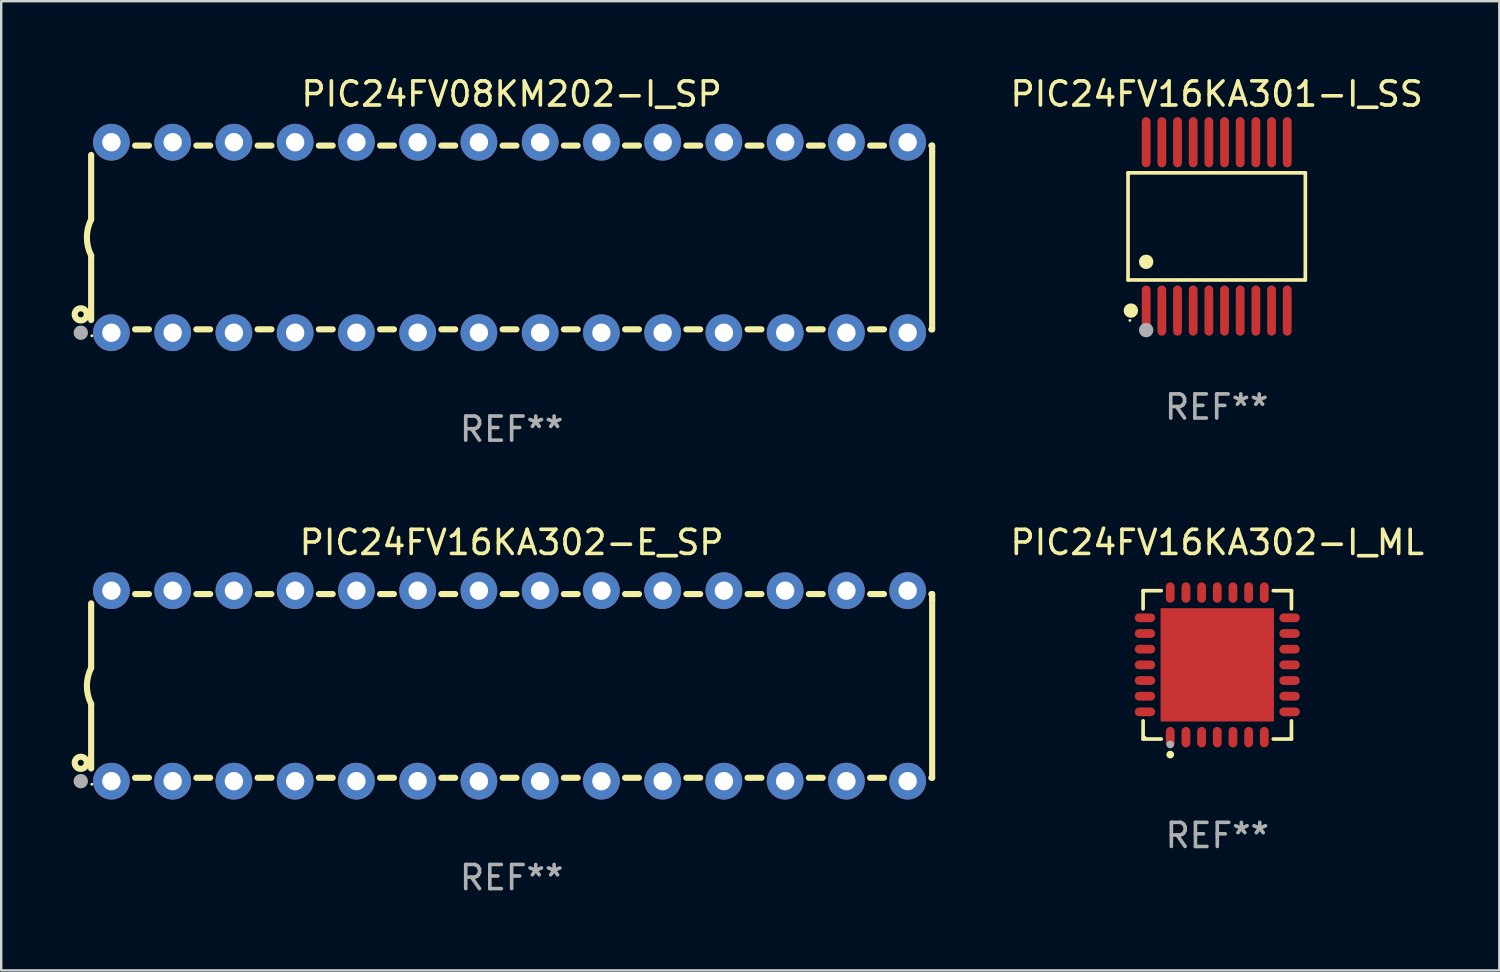
<source format=kicad_pcb>
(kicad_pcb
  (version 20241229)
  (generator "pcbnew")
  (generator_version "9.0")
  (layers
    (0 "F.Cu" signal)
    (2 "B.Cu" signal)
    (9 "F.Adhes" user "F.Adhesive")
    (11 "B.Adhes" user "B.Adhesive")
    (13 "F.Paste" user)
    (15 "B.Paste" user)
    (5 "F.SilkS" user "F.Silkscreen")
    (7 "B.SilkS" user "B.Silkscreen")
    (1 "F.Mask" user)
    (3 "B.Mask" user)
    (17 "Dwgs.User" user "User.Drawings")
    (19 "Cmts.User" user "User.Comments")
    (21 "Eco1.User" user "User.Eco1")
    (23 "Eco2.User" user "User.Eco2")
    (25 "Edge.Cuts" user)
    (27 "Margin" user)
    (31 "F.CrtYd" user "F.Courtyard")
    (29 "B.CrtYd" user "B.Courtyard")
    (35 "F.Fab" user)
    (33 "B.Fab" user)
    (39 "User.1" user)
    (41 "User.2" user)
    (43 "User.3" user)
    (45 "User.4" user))
  (footprint "PIC24FV16KA301-I_SS"
    (layer "F.Cu")
    (at 47.406 6.339)
    (property "Reference" "PIC24FV16KA301-I_SS" (at 0 -5.491 0) (layer "F.SilkS") (effects (font (size 1 1) (thickness 0.15))))
    (attr through_hole)
    (fp_line (start -3.676 -2.221) (end 3.676 -2.221) (stroke (width 0.152) (type solid)) (layer "F.SilkS"))
    (fp_line (start -3.676 2.221) (end -3.676 -2.221) (stroke (width 0.152) (type solid)) (layer "F.SilkS"))
    (fp_line (start 3.676 -2.221) (end 3.676 2.221) (stroke (width 0.152) (type solid)) (layer "F.SilkS"))
    (fp_line (start 3.676 2.221) (end -3.676 2.221) (stroke (width 0.152) (type solid)) (layer "F.SilkS"))
    (fp_circle (center -3.6 3.9) (end -3.57 3.9) (stroke (width 0.06) (type solid)) (fill no) (layer "F.SilkS"))
    (fp_circle (center -3.559 3.491) (end -3.409 3.491) (stroke (width 0.3) (type solid)) (fill no) (layer "F.SilkS"))
    (fp_circle (center -2.925 1.469) (end -2.775 1.469) (stroke (width 0.3) (type solid)) (fill no) (layer "F.SilkS"))
    (fp_circle (center -2.925 4.3) (end -2.775 4.3) (stroke (width 0.3) (type solid)) (fill no) (layer "F.Fab"))
    (fp_text user "REF**" (at 0 7.491 0) (layer "F.Fab") (effects (font (size 1 1) (thickness 0.15))))
    (pad "1" smd oval (at -2.925 3.491) (size 0.364 2.082) (layers "F.Cu" "F.Mask" "F.Paste"))
    (pad "2" smd oval (at -2.275 3.491) (size 0.364 2.082) (layers "F.Cu" "F.Mask" "F.Paste"))
    (pad "3" smd oval (at -1.625 3.491) (size 0.364 2.082) (layers "F.Cu" "F.Mask" "F.Paste"))
    (pad "4" smd oval (at -0.975 3.491) (size 0.364 2.082) (layers "F.Cu" "F.Mask" "F.Paste"))
    (pad "5" smd oval (at -0.325 3.491) (size 0.364 2.082) (layers "F.Cu" "F.Mask" "F.Paste"))
    (pad "6" smd oval (at 0.325 3.491) (size 0.364 2.082) (layers "F.Cu" "F.Mask" "F.Paste"))
    (pad "7" smd oval (at 0.975 3.491) (size 0.364 2.082) (layers "F.Cu" "F.Mask" "F.Paste"))
    (pad "8" smd oval (at 1.625 3.491) (size 0.364 2.082) (layers "F.Cu" "F.Mask" "F.Paste"))
    (pad "9" smd oval (at 2.275 3.491) (size 0.364 2.082) (layers "F.Cu" "F.Mask" "F.Paste"))
    (pad "10" smd oval (at 2.925 3.491) (size 0.364 2.082) (layers "F.Cu" "F.Mask" "F.Paste"))
    (pad "11" smd oval (at 2.925 -3.491) (size 0.364 2.082) (layers "F.Cu" "F.Mask" "F.Paste"))
    (pad "12" smd oval (at 2.275 -3.491) (size 0.364 2.082) (layers "F.Cu" "F.Mask" "F.Paste"))
    (pad "13" smd oval (at 1.625 -3.491) (size 0.364 2.082) (layers "F.Cu" "F.Mask" "F.Paste"))
    (pad "14" smd oval (at 0.975 -3.491) (size 0.364 2.082) (layers "F.Cu" "F.Mask" "F.Paste"))
    (pad "15" smd oval (at 0.325 -3.491) (size 0.364 2.082) (layers "F.Cu" "F.Mask" "F.Paste"))
    (pad "16" smd oval (at -0.325 -3.491) (size 0.364 2.082) (layers "F.Cu" "F.Mask" "F.Paste"))
    (pad "17" smd oval (at -0.975 -3.491) (size 0.364 2.082) (layers "F.Cu" "F.Mask" "F.Paste"))
    (pad "18" smd oval (at -1.625 -3.491) (size 0.364 2.082) (layers "F.Cu" "F.Mask" "F.Paste"))
    (pad "19" smd oval (at -2.275 -3.491) (size 0.364 2.082) (layers "F.Cu" "F.Mask" "F.Paste"))
    (pad "20" smd oval (at -2.925 -3.491) (size 0.364 2.082) (layers "F.Cu" "F.Mask" "F.Paste")))
  (footprint "PIC24FV08KM202-I_SP"
    (layer "F.Cu")
    (at 18.168 6.798)
    (property "Reference" "PIC24FV08KM202-I_SP" (at 0 -5.95 0) (layer "F.SilkS") (effects (font (size 1 1) (thickness 0.15))))
    (attr through_hole)
    (fp_line (start -17.438 0.75) (end -17.438 3.423) (stroke (width 0.254) (type solid)) (layer "F.SilkS"))
    (fp_line (start -17.438 -3.423) (end -17.438 -0.75) (stroke (width 0.254) (type solid)) (layer "F.SilkS"))
    (fp_line (start -15.615 3.81) (end -15.041 3.81) (stroke (width 0.254) (type solid)) (layer "F.SilkS"))
    (fp_line (start -15.041 -3.81) (end -15.614 -3.81) (stroke (width 0.254) (type solid)) (layer "F.SilkS"))
    (fp_line (start -13.075 3.81) (end -12.501 3.81) (stroke (width 0.254) (type solid)) (layer "F.SilkS"))
    (fp_line (start -12.501 -3.81) (end -13.074 -3.81) (stroke (width 0.254) (type solid)) (layer "F.SilkS"))
    (fp_line (start -10.535 3.81) (end -9.961 3.81) (stroke (width 0.254) (type solid)) (layer "F.SilkS"))
    (fp_line (start -9.961 -3.81) (end -10.534 -3.81) (stroke (width 0.254) (type solid)) (layer "F.SilkS"))
    (fp_line (start -7.995 3.81) (end -7.421 3.81) (stroke (width 0.254) (type solid)) (layer "F.SilkS"))
    (fp_line (start -7.421 -3.81) (end -7.995 -3.81) (stroke (width 0.254) (type solid)) (layer "F.SilkS"))
    (fp_line (start -5.455 3.81) (end -4.881 3.81) (stroke (width 0.254) (type solid)) (layer "F.SilkS"))
    (fp_line (start -4.881 -3.81) (end -5.455 -3.81) (stroke (width 0.254) (type solid)) (layer "F.SilkS"))
    (fp_line (start -2.915 3.81) (end -2.341 3.81) (stroke (width 0.254) (type solid)) (layer "F.SilkS"))
    (fp_line (start -2.341 -3.81) (end -2.915 -3.81) (stroke (width 0.254) (type solid)) (layer "F.SilkS"))
    (fp_line (start -0.375 3.81) (end 0.199 3.81) (stroke (width 0.254) (type solid)) (layer "F.SilkS"))
    (fp_line (start 0.199 -3.81) (end -0.375 -3.81) (stroke (width 0.254) (type solid)) (layer "F.SilkS"))
    (fp_line (start 2.165 3.81) (end 2.739 3.81) (stroke (width 0.254) (type solid)) (layer "F.SilkS"))
    (fp_line (start 2.739 -3.81) (end 2.165 -3.81) (stroke (width 0.254) (type solid)) (layer "F.SilkS"))
    (fp_line (start 4.705 3.81) (end 5.279 3.81) (stroke (width 0.254) (type solid)) (layer "F.SilkS"))
    (fp_line (start 5.279 -3.81) (end 4.705 -3.81) (stroke (width 0.254) (type solid)) (layer "F.SilkS"))
    (fp_line (start 7.245 3.81) (end 7.819 3.81) (stroke (width 0.254) (type solid)) (layer "F.SilkS"))
    (fp_line (start 7.819 -3.81) (end 7.245 -3.81) (stroke (width 0.254) (type solid)) (layer "F.SilkS"))
    (fp_line (start 9.785 3.81) (end 10.359 3.81) (stroke (width 0.254) (type solid)) (layer "F.SilkS"))
    (fp_line (start 10.359 -3.81) (end 9.785 -3.81) (stroke (width 0.254) (type solid)) (layer "F.SilkS"))
    (fp_line (start 12.325 3.81) (end 12.899 3.81) (stroke (width 0.254) (type solid)) (layer "F.SilkS"))
    (fp_line (start 12.899 -3.81) (end 12.325 -3.81) (stroke (width 0.254) (type solid)) (layer "F.SilkS"))
    (fp_line (start 14.865 3.81) (end 15.439 3.81) (stroke (width 0.254) (type solid)) (layer "F.SilkS"))
    (fp_line (start 15.439 -3.81) (end 14.865 -3.81) (stroke (width 0.254) (type solid)) (layer "F.SilkS"))
    (fp_line (start 17.405 3.81) (end 17.438 3.81) (stroke (width 0.254) (type solid)) (layer "F.SilkS"))
    (fp_line (start 17.438 -3.81) (end 17.405 -3.81) (stroke (width 0.254) (type solid)) (layer "F.SilkS"))
    (fp_line (start 17.438 -3.556) (end 17.438 -3.81) (stroke (width 0.254) (type solid)) (layer "F.SilkS"))
    (fp_line (start 17.438 3.81) (end 17.438 -3.556) (stroke (width 0.254) (type solid)) (layer "F.SilkS"))
    (fp_arc (start -17.437986 0.749657) (mid -17.614887 -0.000024) (end -17.437783 -0.749657) (stroke (width 0.254001) (type solid)) (layer "F.SilkS"))
    (fp_circle (center -17.868 3.188) (end -17.743 3.188) (stroke (width 0.254) (type solid)) (fill no) (layer "F.SilkS"))
    (fp_circle (center -17.411 4.077) (end -17.381 4.077) (stroke (width 0.06) (type solid)) (fill no) (layer "F.SilkS"))
    (fp_circle (center -17.868 3.95) (end -17.718 3.95) (stroke (width 0.3) (type solid)) (fill no) (layer "F.Fab"))
    (fp_text user "REF**" (at 0 7.95 0) (layer "F.Fab") (effects (font (size 1 1) (thickness 0.15))))
    (pad "1" thru_hole circle (at -16.598 3.95) (size 1.524 1.524) (drill 0.762) (layers "*.Cu" "*.Mask"))
    (pad "2" thru_hole circle (at -14.058 3.95) (size 1.524 1.524) (drill 0.762) (layers "*.Cu" "*.Mask"))
    (pad "3" thru_hole circle (at -11.518 3.95) (size 1.524 1.524) (drill 0.762) (layers "*.Cu" "*.Mask"))
    (pad "4" thru_hole circle (at -8.978 3.95) (size 1.524 1.524) (drill 0.762) (layers "*.Cu" "*.Mask"))
    (pad "5" thru_hole circle (at -6.438 3.95) (size 1.524 1.524) (drill 0.762) (layers "*.Cu" "*.Mask"))
    (pad "6" thru_hole circle (at -3.898 3.95) (size 1.524 1.524) (drill 0.762) (layers "*.Cu" "*.Mask"))
    (pad "7" thru_hole circle (at -1.358 3.95) (size 1.524 1.524) (drill 0.762) (layers "*.Cu" "*.Mask"))
    (pad "8" thru_hole circle (at 1.182 3.95) (size 1.524 1.524) (drill 0.762) (layers "*.Cu" "*.Mask"))
    (pad "9" thru_hole circle (at 3.722 3.95) (size 1.524 1.524) (drill 0.762) (layers "*.Cu" "*.Mask"))
    (pad "10" thru_hole circle (at 6.262 3.95) (size 1.524 1.524) (drill 0.762) (layers "*.Cu" "*.Mask"))
    (pad "11" thru_hole circle (at 8.802 3.95) (size 1.524 1.524) (drill 0.762) (layers "*.Cu" "*.Mask"))
    (pad "12" thru_hole circle (at 11.342 3.95) (size 1.524 1.524) (drill 0.762) (layers "*.Cu" "*.Mask"))
    (pad "13" thru_hole circle (at 13.882 3.95) (size 1.524 1.524) (drill 0.762) (layers "*.Cu" "*.Mask"))
    (pad "14" thru_hole circle (at 16.422 3.95) (size 1.524 1.524) (drill 0.762) (layers "*.Cu" "*.Mask"))
    (pad "15" thru_hole circle (at 16.422 -3.95) (size 1.524 1.524) (drill 0.762) (layers "*.Cu" "*.Mask"))
    (pad "16" thru_hole circle (at 13.882 -3.95) (size 1.524 1.524) (drill 0.762) (layers "*.Cu" "*.Mask"))
    (pad "17" thru_hole circle (at 11.342 -3.95) (size 1.524 1.524) (drill 0.762) (layers "*.Cu" "*.Mask"))
    (pad "18" thru_hole circle (at 8.802 -3.95) (size 1.524 1.524) (drill 0.762) (layers "*.Cu" "*.Mask"))
    (pad "19" thru_hole circle (at 6.262 -3.95) (size 1.524 1.524) (drill 0.762) (layers "*.Cu" "*.Mask"))
    (pad "20" thru_hole circle (at 3.722 -3.95) (size 1.524 1.524) (drill 0.762) (layers "*.Cu" "*.Mask"))
    (pad "21" thru_hole circle (at 1.182 -3.95) (size 1.524 1.524) (drill 0.762) (layers "*.Cu" "*.Mask"))
    (pad "22" thru_hole circle (at -1.358 -3.95) (size 1.524 1.524) (drill 0.762) (layers "*.Cu" "*.Mask"))
    (pad "23" thru_hole circle (at -3.898 -3.95) (size 1.524 1.524) (drill 0.762) (layers "*.Cu" "*.Mask"))
    (pad "24" thru_hole circle (at -6.438 -3.95) (size 1.524 1.524) (drill 0.762) (layers "*.Cu" "*.Mask"))
    (pad "25" thru_hole circle (at -8.978 -3.95) (size 1.524 1.524) (drill 0.762) (layers "*.Cu" "*.Mask"))
    (pad "26" thru_hole circle (at -11.517 -3.95) (size 1.524 1.524) (drill 0.762) (layers "*.Cu" "*.Mask"))
    (pad "27" thru_hole circle (at -14.057 -3.95) (size 1.524 1.524) (drill 0.762) (layers "*.Cu" "*.Mask"))
    (pad "28" thru_hole circle (at -16.597 -3.95) (size 1.524 1.524) (drill 0.762) (layers "*.Cu" "*.Mask")))
  (footprint "PIC24FV16KA302-E_SP"
    (layer "F.Cu")
    (at 18.168 25.395)
    (property "Reference" "PIC24FV16KA302-E_SP" (at 0 -5.95 0) (layer "F.SilkS") (effects (font (size 1 1) (thickness 0.15))))
    (attr through_hole)
    (fp_line (start -17.438 0.75) (end -17.438 3.423) (stroke (width 0.254) (type solid)) (layer "F.SilkS"))
    (fp_line (start -17.438 -3.423) (end -17.438 -0.75) (stroke (width 0.254) (type solid)) (layer "F.SilkS"))
    (fp_line (start -15.615 3.81) (end -15.041 3.81) (stroke (width 0.254) (type solid)) (layer "F.SilkS"))
    (fp_line (start -15.041 -3.81) (end -15.614 -3.81) (stroke (width 0.254) (type solid)) (layer "F.SilkS"))
    (fp_line (start -13.075 3.81) (end -12.501 3.81) (stroke (width 0.254) (type solid)) (layer "F.SilkS"))
    (fp_line (start -12.501 -3.81) (end -13.074 -3.81) (stroke (width 0.254) (type solid)) (layer "F.SilkS"))
    (fp_line (start -10.535 3.81) (end -9.961 3.81) (stroke (width 0.254) (type solid)) (layer "F.SilkS"))
    (fp_line (start -9.961 -3.81) (end -10.534 -3.81) (stroke (width 0.254) (type solid)) (layer "F.SilkS"))
    (fp_line (start -7.995 3.81) (end -7.421 3.81) (stroke (width 0.254) (type solid)) (layer "F.SilkS"))
    (fp_line (start -7.421 -3.81) (end -7.995 -3.81) (stroke (width 0.254) (type solid)) (layer "F.SilkS"))
    (fp_line (start -5.455 3.81) (end -4.881 3.81) (stroke (width 0.254) (type solid)) (layer "F.SilkS"))
    (fp_line (start -4.881 -3.81) (end -5.455 -3.81) (stroke (width 0.254) (type solid)) (layer "F.SilkS"))
    (fp_line (start -2.915 3.81) (end -2.341 3.81) (stroke (width 0.254) (type solid)) (layer "F.SilkS"))
    (fp_line (start -2.341 -3.81) (end -2.915 -3.81) (stroke (width 0.254) (type solid)) (layer "F.SilkS"))
    (fp_line (start -0.375 3.81) (end 0.199 3.81) (stroke (width 0.254) (type solid)) (layer "F.SilkS"))
    (fp_line (start 0.199 -3.81) (end -0.375 -3.81) (stroke (width 0.254) (type solid)) (layer "F.SilkS"))
    (fp_line (start 2.165 3.81) (end 2.739 3.81) (stroke (width 0.254) (type solid)) (layer "F.SilkS"))
    (fp_line (start 2.739 -3.81) (end 2.165 -3.81) (stroke (width 0.254) (type solid)) (layer "F.SilkS"))
    (fp_line (start 4.705 3.81) (end 5.279 3.81) (stroke (width 0.254) (type solid)) (layer "F.SilkS"))
    (fp_line (start 5.279 -3.81) (end 4.705 -3.81) (stroke (width 0.254) (type solid)) (layer "F.SilkS"))
    (fp_line (start 7.245 3.81) (end 7.819 3.81) (stroke (width 0.254) (type solid)) (layer "F.SilkS"))
    (fp_line (start 7.819 -3.81) (end 7.245 -3.81) (stroke (width 0.254) (type solid)) (layer "F.SilkS"))
    (fp_line (start 9.785 3.81) (end 10.359 3.81) (stroke (width 0.254) (type solid)) (layer "F.SilkS"))
    (fp_line (start 10.359 -3.81) (end 9.785 -3.81) (stroke (width 0.254) (type solid)) (layer "F.SilkS"))
    (fp_line (start 12.325 3.81) (end 12.899 3.81) (stroke (width 0.254) (type solid)) (layer "F.SilkS"))
    (fp_line (start 12.899 -3.81) (end 12.325 -3.81) (stroke (width 0.254) (type solid)) (layer "F.SilkS"))
    (fp_line (start 14.865 3.81) (end 15.439 3.81) (stroke (width 0.254) (type solid)) (layer "F.SilkS"))
    (fp_line (start 15.439 -3.81) (end 14.865 -3.81) (stroke (width 0.254) (type solid)) (layer "F.SilkS"))
    (fp_line (start 17.405 3.81) (end 17.438 3.81) (stroke (width 0.254) (type solid)) (layer "F.SilkS"))
    (fp_line (start 17.438 -3.81) (end 17.405 -3.81) (stroke (width 0.254) (type solid)) (layer "F.SilkS"))
    (fp_line (start 17.438 -3.556) (end 17.438 -3.81) (stroke (width 0.254) (type solid)) (layer "F.SilkS"))
    (fp_line (start 17.438 3.81) (end 17.438 -3.556) (stroke (width 0.254) (type solid)) (layer "F.SilkS"))
    (fp_arc (start -17.437986 0.749657) (mid -17.614887 -0.000024) (end -17.437783 -0.749657) (stroke (width 0.254001) (type solid)) (layer "F.SilkS"))
    (fp_circle (center -17.868 3.188) (end -17.743 3.188) (stroke (width 0.254) (type solid)) (fill no) (layer "F.SilkS"))
    (fp_circle (center -17.411 4.077) (end -17.381 4.077) (stroke (width 0.06) (type solid)) (fill no) (layer "F.SilkS"))
    (fp_circle (center -17.868 3.95) (end -17.718 3.95) (stroke (width 0.3) (type solid)) (fill no) (layer "F.Fab"))
    (fp_text user "REF**" (at 0 7.95 0) (layer "F.Fab") (effects (font (size 1 1) (thickness 0.15))))
    (pad "1" thru_hole circle (at -16.598 3.95) (size 1.524 1.524) (drill 0.762) (layers "*.Cu" "*.Mask"))
    (pad "2" thru_hole circle (at -14.058 3.95) (size 1.524 1.524) (drill 0.762) (layers "*.Cu" "*.Mask"))
    (pad "3" thru_hole circle (at -11.518 3.95) (size 1.524 1.524) (drill 0.762) (layers "*.Cu" "*.Mask"))
    (pad "4" thru_hole circle (at -8.978 3.95) (size 1.524 1.524) (drill 0.762) (layers "*.Cu" "*.Mask"))
    (pad "5" thru_hole circle (at -6.438 3.95) (size 1.524 1.524) (drill 0.762) (layers "*.Cu" "*.Mask"))
    (pad "6" thru_hole circle (at -3.898 3.95) (size 1.524 1.524) (drill 0.762) (layers "*.Cu" "*.Mask"))
    (pad "7" thru_hole circle (at -1.358 3.95) (size 1.524 1.524) (drill 0.762) (layers "*.Cu" "*.Mask"))
    (pad "8" thru_hole circle (at 1.182 3.95) (size 1.524 1.524) (drill 0.762) (layers "*.Cu" "*.Mask"))
    (pad "9" thru_hole circle (at 3.722 3.95) (size 1.524 1.524) (drill 0.762) (layers "*.Cu" "*.Mask"))
    (pad "10" thru_hole circle (at 6.262 3.95) (size 1.524 1.524) (drill 0.762) (layers "*.Cu" "*.Mask"))
    (pad "11" thru_hole circle (at 8.802 3.95) (size 1.524 1.524) (drill 0.762) (layers "*.Cu" "*.Mask"))
    (pad "12" thru_hole circle (at 11.342 3.95) (size 1.524 1.524) (drill 0.762) (layers "*.Cu" "*.Mask"))
    (pad "13" thru_hole circle (at 13.882 3.95) (size 1.524 1.524) (drill 0.762) (layers "*.Cu" "*.Mask"))
    (pad "14" thru_hole circle (at 16.422 3.95) (size 1.524 1.524) (drill 0.762) (layers "*.Cu" "*.Mask"))
    (pad "15" thru_hole circle (at 16.422 -3.95) (size 1.524 1.524) (drill 0.762) (layers "*.Cu" "*.Mask"))
    (pad "16" thru_hole circle (at 13.882 -3.95) (size 1.524 1.524) (drill 0.762) (layers "*.Cu" "*.Mask"))
    (pad "17" thru_hole circle (at 11.342 -3.95) (size 1.524 1.524) (drill 0.762) (layers "*.Cu" "*.Mask"))
    (pad "18" thru_hole circle (at 8.802 -3.95) (size 1.524 1.524) (drill 0.762) (layers "*.Cu" "*.Mask"))
    (pad "19" thru_hole circle (at 6.262 -3.95) (size 1.524 1.524) (drill 0.762) (layers "*.Cu" "*.Mask"))
    (pad "20" thru_hole circle (at 3.722 -3.95) (size 1.524 1.524) (drill 0.762) (layers "*.Cu" "*.Mask"))
    (pad "21" thru_hole circle (at 1.182 -3.95) (size 1.524 1.524) (drill 0.762) (layers "*.Cu" "*.Mask"))
    (pad "22" thru_hole circle (at -1.358 -3.95) (size 1.524 1.524) (drill 0.762) (layers "*.Cu" "*.Mask"))
    (pad "23" thru_hole circle (at -3.898 -3.95) (size 1.524 1.524) (drill 0.762) (layers "*.Cu" "*.Mask"))
    (pad "24" thru_hole circle (at -6.438 -3.95) (size 1.524 1.524) (drill 0.762) (layers "*.Cu" "*.Mask"))
    (pad "25" thru_hole circle (at -8.978 -3.95) (size 1.524 1.524) (drill 0.762) (layers "*.Cu" "*.Mask"))
    (pad "26" thru_hole circle (at -11.517 -3.95) (size 1.524 1.524) (drill 0.762) (layers "*.Cu" "*.Mask"))
    (pad "27" thru_hole circle (at -14.057 -3.95) (size 1.524 1.524) (drill 0.762) (layers "*.Cu" "*.Mask"))
    (pad "28" thru_hole circle (at -16.597 -3.95) (size 1.524 1.524) (drill 0.762) (layers "*.Cu" "*.Mask")))
  (footprint "PIC24FV16KA302-I_ML"
    (layer "F.Cu")
    (at 47.43 24.521)
    (property "Reference" "PIC24FV16KA302-I_ML" (at 0 -5.076 0) (layer "F.SilkS") (effects (font (size 1 1) (thickness 0.15))))
    (attr through_hole)
    (fp_line (start -3.076 -3.076) (end -2.323 -3.076) (stroke (width 0.152) (type solid)) (layer "F.SilkS"))
    (fp_line (start -3.076 -2.323) (end -3.076 -3.076) (stroke (width 0.152) (type solid)) (layer "F.SilkS"))
    (fp_line (start -3.076 2.323) (end -3.076 3.076) (stroke (width 0.152) (type solid)) (layer "F.SilkS"))
    (fp_line (start -3.076 3.076) (end -2.323 3.076) (stroke (width 0.152) (type solid)) (layer "F.SilkS"))
    (fp_line (start 3.076 -3.076) (end 2.323 -3.076) (stroke (width 0.152) (type solid)) (layer "F.SilkS"))
    (fp_line (start 3.076 -2.323) (end 3.076 -3.076) (stroke (width 0.152) (type solid)) (layer "F.SilkS"))
    (fp_line (start 3.076 2.323) (end 3.076 3.076) (stroke (width 0.152) (type solid)) (layer "F.SilkS"))
    (fp_line (start 3.076 3.076) (end 2.323 3.076) (stroke (width 0.152) (type solid)) (layer "F.SilkS"))
    (fp_circle (center -3 3) (end -2.97 3) (stroke (width 0.06) (type solid)) (fill no) (layer "F.SilkS"))
    (fp_circle (center -1.95 3.722) (end -1.87 3.722) (stroke (width 0.16) (type solid)) (fill no) (layer "F.SilkS"))
    (fp_circle (center -1.95 3.3) (end -1.87 3.3) (stroke (width 0.16) (type solid)) (fill no) (layer "F.Fab"))
    (fp_text user "REF**" (at 0 7.076 0) (layer "F.Fab") (effects (font (size 1 1) (thickness 0.15))))
    (pad "1" smd oval (at -1.95 2.998) (size 0.364 0.847) (layers "F.Cu" "F.Mask" "F.Paste"))
    (pad "2" smd oval (at -1.3 2.998) (size 0.364 0.847) (layers "F.Cu" "F.Mask" "F.Paste"))
    (pad "3" smd oval (at -0.65 2.998) (size 0.364 0.847) (layers "F.Cu" "F.Mask" "F.Paste"))
    (pad "4" smd oval (at 0 2.998) (size 0.364 0.847) (layers "F.Cu" "F.Mask" "F.Paste"))
    (pad "5" smd oval (at 0.65 2.998) (size 0.364 0.847) (layers "F.Cu" "F.Mask" "F.Paste"))
    (pad "6" smd oval (at 1.3 2.998) (size 0.364 0.847) (layers "F.Cu" "F.Mask" "F.Paste"))
    (pad "7" smd oval (at 1.95 2.998) (size 0.364 0.847) (layers "F.Cu" "F.Mask" "F.Paste"))
    (pad "8" smd oval (at 2.998 1.95) (size 0.847 0.364) (layers "F.Cu" "F.Mask" "F.Paste"))
    (pad "9" smd oval (at 2.998 1.3) (size 0.847 0.364) (layers "F.Cu" "F.Mask" "F.Paste"))
    (pad "10" smd oval (at 2.998 0.65) (size 0.847 0.364) (layers "F.Cu" "F.Mask" "F.Paste"))
    (pad "11" smd oval (at 2.998 0) (size 0.847 0.364) (layers "F.Cu" "F.Mask" "F.Paste"))
    (pad "12" smd oval (at 2.998 -0.65) (size 0.847 0.364) (layers "F.Cu" "F.Mask" "F.Paste"))
    (pad "13" smd oval (at 2.998 -1.3) (size 0.847 0.364) (layers "F.Cu" "F.Mask" "F.Paste"))
    (pad "14" smd oval (at 2.998 -1.95) (size 0.847 0.364) (layers "F.Cu" "F.Mask" "F.Paste"))
    (pad "15" smd oval (at 1.95 -2.998) (size 0.364 0.847) (layers "F.Cu" "F.Mask" "F.Paste"))
    (pad "16" smd oval (at 1.3 -2.998) (size 0.364 0.847) (layers "F.Cu" "F.Mask" "F.Paste"))
    (pad "17" smd oval (at 0.65 -2.998) (size 0.364 0.847) (layers "F.Cu" "F.Mask" "F.Paste"))
    (pad "18" smd oval (at 0 -2.998) (size 0.364 0.847) (layers "F.Cu" "F.Mask" "F.Paste"))
    (pad "19" smd oval (at -0.65 -2.998) (size 0.364 0.847) (layers "F.Cu" "F.Mask" "F.Paste"))
    (pad "20" smd oval (at -1.3 -2.998) (size 0.364 0.847) (layers "F.Cu" "F.Mask" "F.Paste"))
    (pad "21" smd oval (at -1.95 -2.998) (size 0.364 0.847) (layers "F.Cu" "F.Mask" "F.Paste"))
    (pad "22" smd oval (at -2.998 -1.95) (size 0.847 0.364) (layers "F.Cu" "F.Mask" "F.Paste"))
    (pad "23" smd oval (at -2.998 -1.3) (size 0.847 0.364) (layers "F.Cu" "F.Mask" "F.Paste"))
    (pad "24" smd oval (at -2.998 -0.65) (size 0.847 0.364) (layers "F.Cu" "F.Mask" "F.Paste"))
    (pad "25" smd oval (at -2.998 0) (size 0.847 0.364) (layers "F.Cu" "F.Mask" "F.Paste"))
    (pad "26" smd oval (at -2.998 0.65) (size 0.847 0.364) (layers "F.Cu" "F.Mask" "F.Paste"))
    (pad "27" smd oval (at -2.998 1.3) (size 0.847 0.364) (layers "F.Cu" "F.Mask" "F.Paste"))
    (pad "28" smd oval (at -2.998 1.95) (size 0.847 0.364) (layers "F.Cu" "F.Mask" "F.Paste"))
    (pad "29" smd rect (at 0 0) (size 4.7 4.7) (layers "F.Cu" "F.Mask" "F.Paste")))
  (gr_rect
    (start -3 -3)
    (end 59.126 37.193)
    (stroke (width 0.1) (type default))
    (fill no)
    (layer "Edge.Cuts")))
</source>
